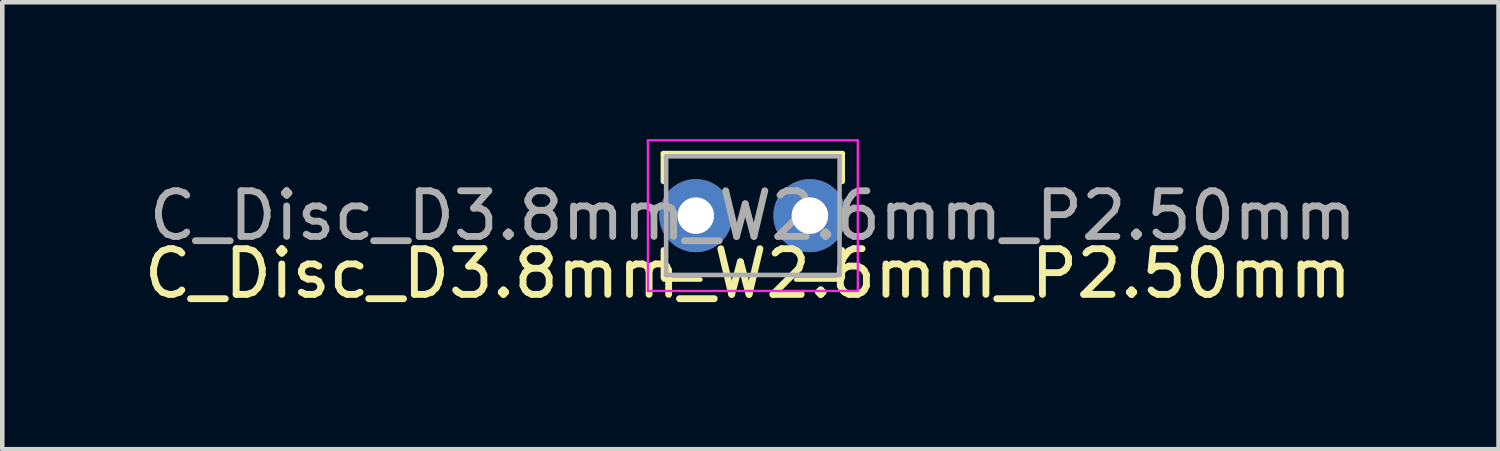
<source format=kicad_pcb>
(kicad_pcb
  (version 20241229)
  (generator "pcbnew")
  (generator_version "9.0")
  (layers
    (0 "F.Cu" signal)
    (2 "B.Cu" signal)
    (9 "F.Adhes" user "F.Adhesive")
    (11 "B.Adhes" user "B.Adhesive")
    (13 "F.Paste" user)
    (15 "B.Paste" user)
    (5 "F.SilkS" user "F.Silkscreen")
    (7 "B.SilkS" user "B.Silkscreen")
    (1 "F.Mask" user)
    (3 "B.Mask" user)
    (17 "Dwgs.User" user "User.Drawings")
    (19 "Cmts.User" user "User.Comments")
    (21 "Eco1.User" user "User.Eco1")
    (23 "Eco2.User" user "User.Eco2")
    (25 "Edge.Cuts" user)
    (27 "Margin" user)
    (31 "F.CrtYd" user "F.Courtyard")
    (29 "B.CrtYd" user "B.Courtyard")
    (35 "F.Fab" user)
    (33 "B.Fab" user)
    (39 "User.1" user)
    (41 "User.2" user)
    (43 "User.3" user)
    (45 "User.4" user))
  (footprint "C_Disc_D3.8mm_W2.6mm_P2.50mm"
    (layer "F.Cu")
    (at 12.196 1.675)
    (property "Reference" "C_Disc_D3.8mm_W2.6mm_P2.50mm" (at 1.143 1.27 0) (layer "F.SilkS") (effects (font (size 1 1) (thickness 0.15))))
    (attr through_hole)
    (fp_line (start -0.71 -1.36) (end -0.71 -0.75) (stroke (width 0.12) (type solid)) (layer "F.SilkS"))
    (fp_line (start -0.71 -1.36) (end 3.21 -1.36) (stroke (width 0.12) (type solid)) (layer "F.SilkS"))
    (fp_line (start -0.71 0.75) (end -0.71 1.36) (stroke (width 0.12) (type solid)) (layer "F.SilkS"))
    (fp_line (start -0.7 1.4) (end 0.1 1.4) (stroke (width 0.1) (type solid)) (layer "F.SilkS"))
    (fp_line (start 2.2 1.4) (end 3.2 1.4) (stroke (width 0.1) (type solid)) (layer "F.SilkS"))
    (fp_line (start 3.21 -1.36) (end 3.21 -0.75) (stroke (width 0.12) (type solid)) (layer "F.SilkS"))
    (fp_line (start 3.21 0.75) (end 3.21 1.36) (stroke (width 0.12) (type solid)) (layer "F.SilkS"))
    (fp_line (start -1.05 -1.65) (end -1.05 1.65) (stroke (width 0.05) (type solid)) (layer "F.CrtYd"))
    (fp_line (start -1.05 1.65) (end 3.55 1.65) (stroke (width 0.05) (type solid)) (layer "F.CrtYd"))
    (fp_line (start 3.55 -1.65) (end -1.05 -1.65) (stroke (width 0.05) (type solid)) (layer "F.CrtYd"))
    (fp_line (start 3.55 1.65) (end 3.55 -1.65) (stroke (width 0.05) (type solid)) (layer "F.CrtYd"))
    (fp_line (start -0.65 -1.3) (end -0.65 1.3) (stroke (width 0.1) (type solid)) (layer "F.Fab"))
    (fp_line (start -0.65 1.3) (end 3.15 1.3) (stroke (width 0.1) (type solid)) (layer "F.Fab"))
    (fp_line (start 3.15 -1.3) (end -0.65 -1.3) (stroke (width 0.1) (type solid)) (layer "F.Fab"))
    (fp_line (start 3.15 1.3) (end 3.15 -1.3) (stroke (width 0.1) (type solid)) (layer "F.Fab"))
    (fp_text user "${REFERENCE}" (at 1.25 0 0) (layer "F.Fab") (effects (font (size 1 1) (thickness 0.15))))
    (pad "1" thru_hole circle (at 0 0) (size 1.6 1.6) (drill 0.8) (layers "*.Cu" "*.Mask"))
    (pad "2" thru_hole circle (at 2.5 0) (size 1.6 1.6) (drill 0.8) (layers "*.Cu" "*.Mask")))
  (gr_rect
    (start -3 -3)
    (end 29.786 6.793)
    (stroke (width 0.1) (type default))
    (fill no)
    (layer "Edge.Cuts")))
</source>
